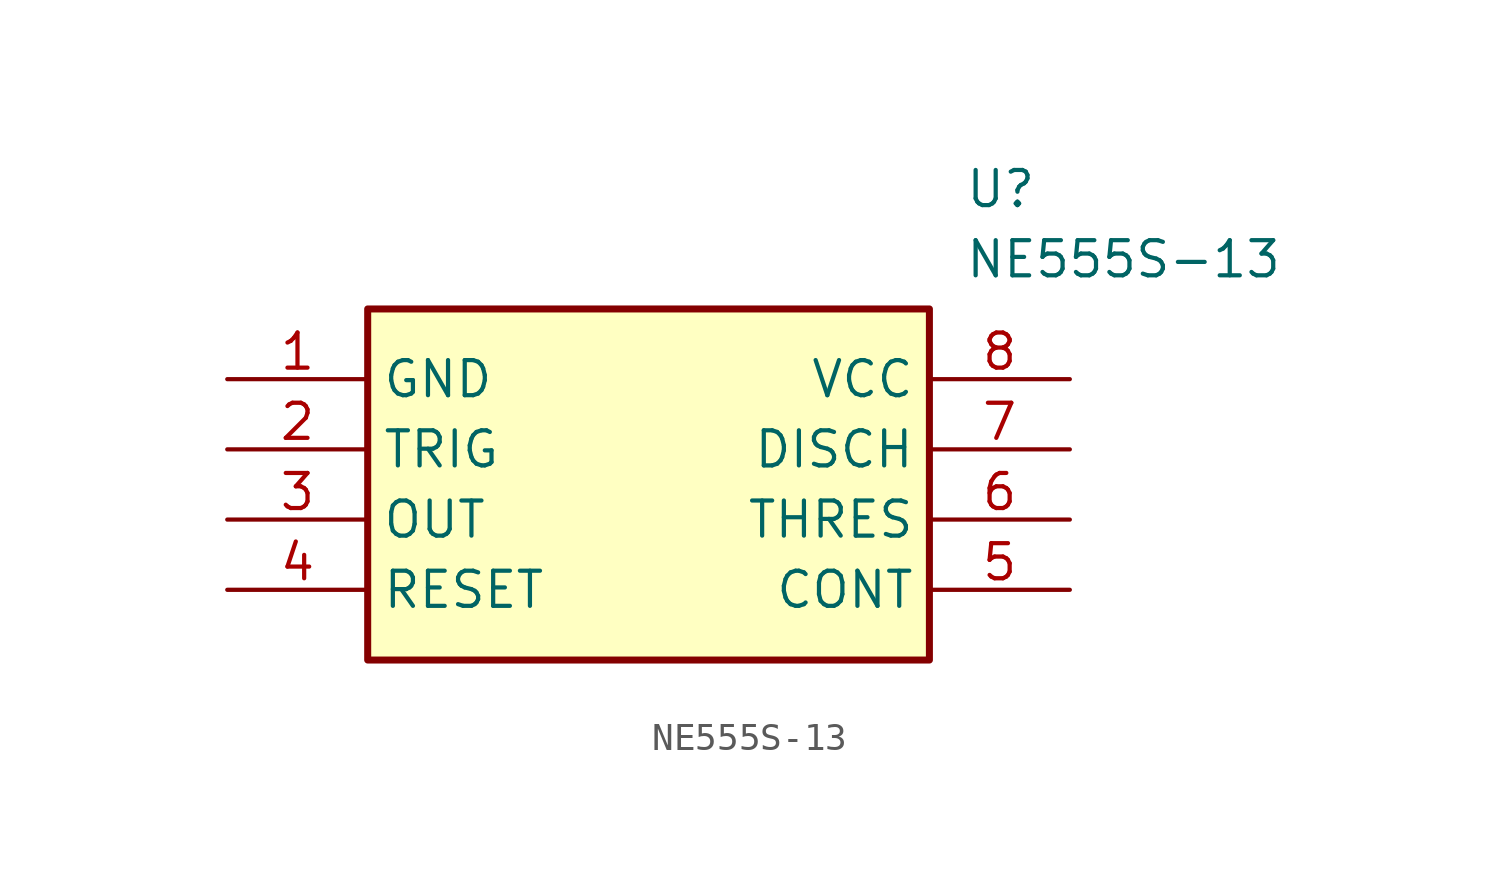
<source format=kicad_sym>
(kicad_symbol_lib
  (version 20241209)
  (generator "kicad_symbol_editor")
  (generator_version "9.0")
  (symbol "NE555S-13"
    (property "Reference" "U"
      (at 26.67 7.62 0)
      (effects (font (size 1.27 1.27)) (justify left top)))
    (property "Value" "NE555S-13"
      (at 26.67 5.08 0)
      (effects (font (size 1.27 1.27)) (justify left top)))
    (symbol "NE555S-13_1_1"
      (rectangle (start 5.08 2.54) (end 25.4 -10.16) (stroke (width 0.254) (type default)) (fill (type background)))
      (pin passive line (at 0 0 0) (length 5.08) (name "GND" (effects (font (size 1.27 1.27)))) (number "1" (effects (font (size 1.27 1.27)))))
      (pin passive line (at 0 -2.54 0) (length 5.08) (name "TRIG" (effects (font (size 1.27 1.27)))) (number "2" (effects (font (size 1.27 1.27)))))
      (pin passive line (at 0 -5.08 0) (length 5.08) (name "OUT" (effects (font (size 1.27 1.27)))) (number "3" (effects (font (size 1.27 1.27)))))
      (pin passive line (at 0 -7.62 0) (length 5.08) (name "RESET" (effects (font (size 1.27 1.27)))) (number "4" (effects (font (size 1.27 1.27)))))
      (pin passive line (at 30.48 0 180) (length 5.08) (name "VCC" (effects (font (size 1.27 1.27)))) (number "8" (effects (font (size 1.27 1.27)))))
      (pin passive line (at 30.48 -2.54 180) (length 5.08) (name "DISCH" (effects (font (size 1.27 1.27)))) (number "7" (effects (font (size 1.27 1.27)))))
      (pin passive line (at 30.48 -5.08 180) (length 5.08) (name "THRES" (effects (font (size 1.27 1.27)))) (number "6" (effects (font (size 1.27 1.27)))))
      (pin passive line (at 30.48 -7.62 180) (length 5.08) (name "CONT" (effects (font (size 1.27 1.27)))) (number "5" (effects (font (size 1.27 1.27))))))))
</source>
